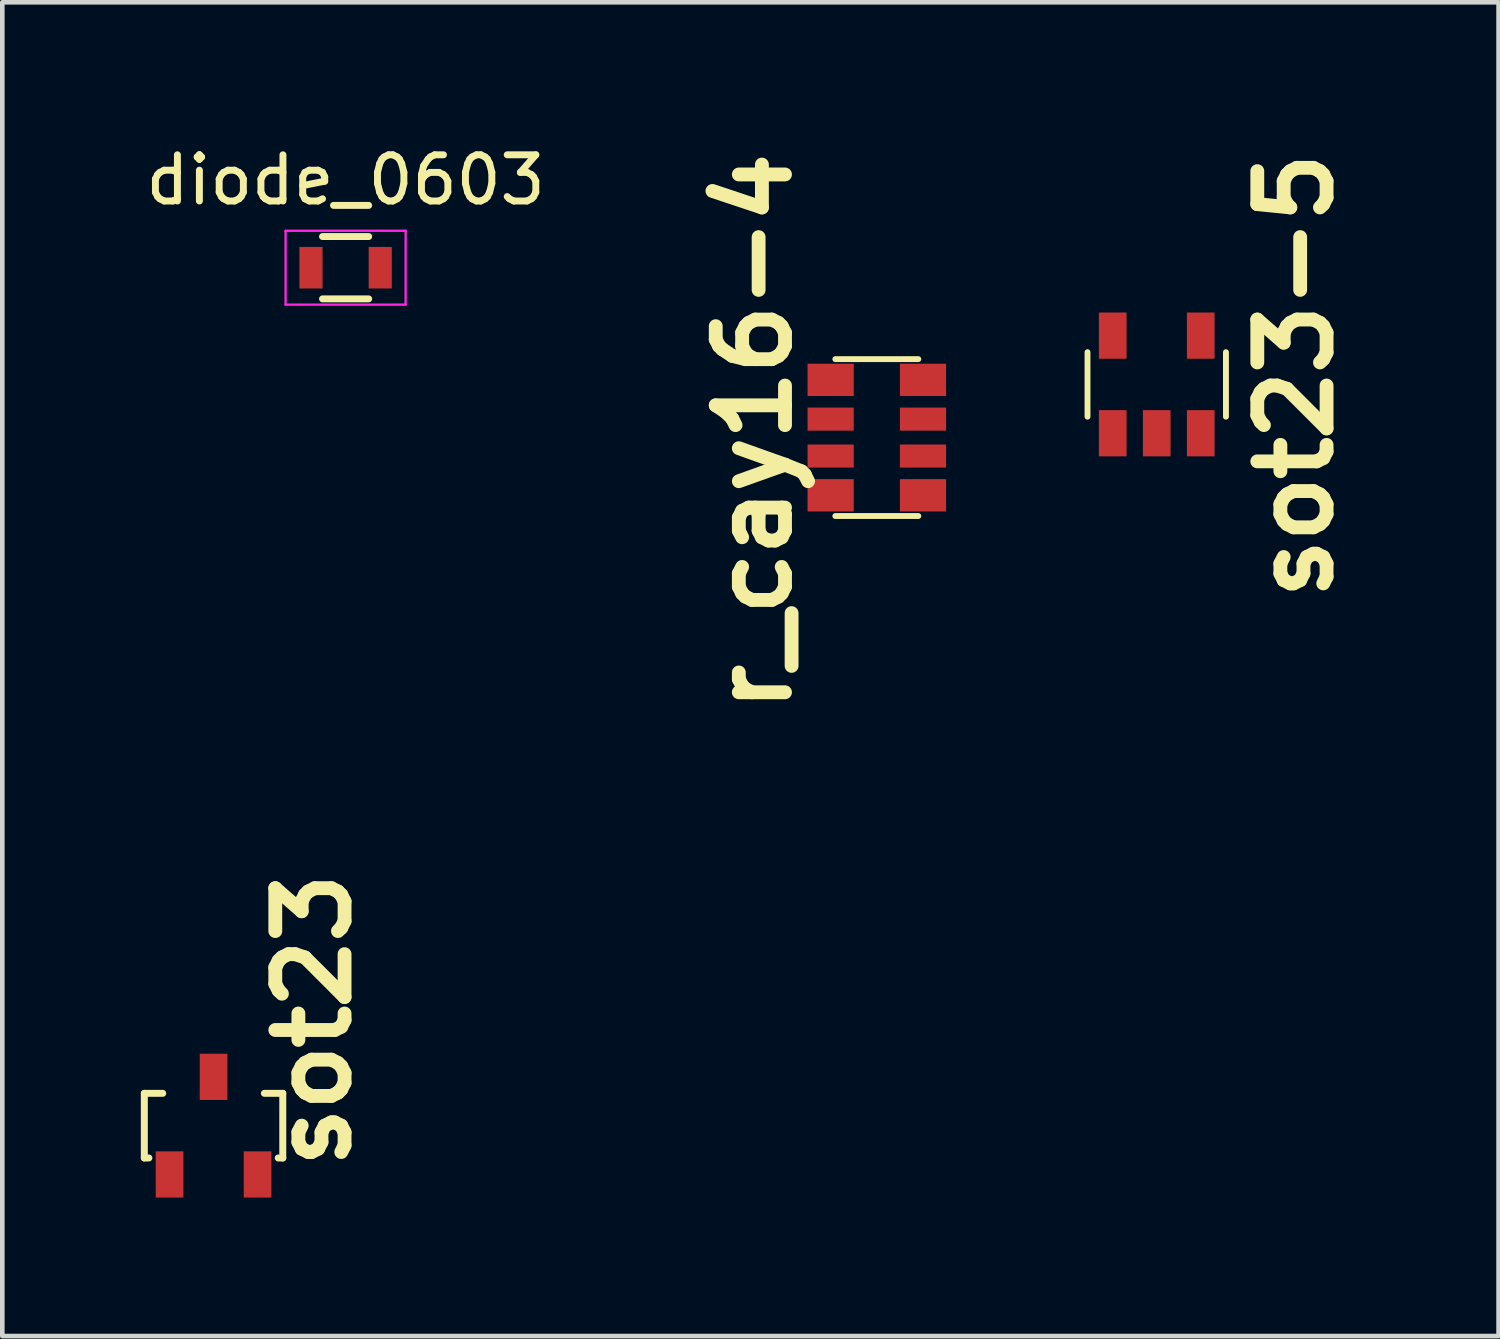
<source format=kicad_pcb>
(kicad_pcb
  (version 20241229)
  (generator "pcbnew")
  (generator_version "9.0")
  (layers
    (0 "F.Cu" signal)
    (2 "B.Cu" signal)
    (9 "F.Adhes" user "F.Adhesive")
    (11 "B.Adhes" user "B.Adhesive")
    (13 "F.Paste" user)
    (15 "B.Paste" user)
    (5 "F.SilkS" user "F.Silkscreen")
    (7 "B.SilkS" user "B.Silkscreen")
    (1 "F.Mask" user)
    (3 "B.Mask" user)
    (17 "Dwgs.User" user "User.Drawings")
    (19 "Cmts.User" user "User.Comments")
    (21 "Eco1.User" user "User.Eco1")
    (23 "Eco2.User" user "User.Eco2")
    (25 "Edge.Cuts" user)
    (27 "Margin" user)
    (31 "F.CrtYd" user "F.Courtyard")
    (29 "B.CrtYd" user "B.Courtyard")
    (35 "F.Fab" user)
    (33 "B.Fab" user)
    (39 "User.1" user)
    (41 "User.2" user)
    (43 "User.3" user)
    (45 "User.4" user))
  (footprint "r_cay16-4"
    (layer "F.Cu")
    (at 15.94 6.427)
    (property "Reference" "r_cay16-4" (at -2.667 -0.127 90) (layer "F.SilkS") (effects (font (size 1.5 1.5) (thickness 0.3))))
    (attr through_hole)
    (fp_line (start -0.899 -1.699) (end 0.899 -1.699) (stroke (width 0.127) (type solid)) (layer "F.SilkS"))
    (fp_line (start -0.899 1.699) (end 0.899 1.699) (stroke (width 0.127) (type solid)) (layer "F.SilkS"))
    (pad "1" smd rect (at 1 1.25) (size 1 0.7) (layers "F.Cu" "F.Mask" "F.Paste"))
    (pad "2" smd rect (at 1 0.4) (size 1 0.5) (layers "F.Cu" "F.Mask" "F.Paste"))
    (pad "3" smd rect (at 1 -0.4) (size 1 0.5) (layers "F.Cu" "F.Mask" "F.Paste"))
    (pad "4" smd rect (at 1 -1.25) (size 1 0.7) (layers "F.Cu" "F.Mask" "F.Paste"))
    (pad "5" smd rect (at -1 -1.25) (size 1 0.7) (layers "F.Cu" "F.Mask" "F.Paste"))
    (pad "6" smd rect (at -1 -0.4) (size 1 0.5) (layers "F.Cu" "F.Mask" "F.Paste"))
    (pad "7" smd rect (at -1 0.4) (size 1 0.5) (layers "F.Cu" "F.Mask" "F.Paste"))
    (pad "8" smd rect (at -1 1.25) (size 1 0.7) (layers "F.Cu" "F.Mask" "F.Paste")))
  (footprint "sot23"
    (layer "F.Cu")
    (at 1.575 21.329)
    (property "Reference" "sot23" (at 2.159 -2.286 90) (layer "F.SilkS") (effects (font (size 1.5 1.5) (thickness 0.3))))
    (attr through_hole)
    (fp_line (start -1.5 -0.7) (end -1.5 0.7) (stroke (width 0.15) (type solid)) (layer "F.SilkS"))
    (fp_line (start -1.5 -0.7) (end -1.1 -0.7) (stroke (width 0.15) (type solid)) (layer "F.SilkS"))
    (fp_line (start -1.5 0.7) (end -1.4 0.7) (stroke (width 0.15) (type solid)) (layer "F.SilkS"))
    (fp_line (start -1.499 0.699) (end -1.499 -0.699) (stroke (width 0.127) (type solid)) (layer "F.SilkS"))
    (fp_line (start 1.499 -0.699) (end 1.499 0.699) (stroke (width 0.127) (type solid)) (layer "F.SilkS"))
    (fp_line (start 1.5 -0.7) (end 1.1 -0.7) (stroke (width 0.15) (type solid)) (layer "F.SilkS"))
    (fp_line (start 1.5 -0.7) (end 1.5 0.7) (stroke (width 0.15) (type solid)) (layer "F.SilkS"))
    (fp_line (start 1.5 0.7) (end 1.4 0.7) (stroke (width 0.15) (type solid)) (layer "F.SilkS"))
    (pad "1" smd rect (at -0.953 1.057) (size 0.599 1.001) (layers "F.Cu" "F.Mask" "F.Paste"))
    (pad "2" smd rect (at 0.953 1.057) (size 0.599 1.001) (layers "F.Cu" "F.Mask" "F.Paste"))
    (pad "3" smd rect (at 0 -1.057) (size 0.599 1.001) (layers "F.Cu" "F.Mask" "F.Paste")))
  (footprint "sot23-5"
    (layer "F.Cu")
    (at 22.002 5.276)
    (property "Reference" "sot23-5" (at 3 -0.191 90) (layer "F.SilkS") (effects (font (size 1.5 1.5) (thickness 0.3))))
    (attr through_hole)
    (fp_line (start -1.499 0.699) (end -1.499 -0.699) (stroke (width 0.127) (type solid)) (layer "F.SilkS"))
    (fp_line (start 1.499 -0.699) (end 1.499 0.699) (stroke (width 0.127) (type solid)) (layer "F.SilkS"))
    (pad "1" smd rect (at -0.953 1.057) (size 0.599 1.001) (layers "F.Cu" "F.Mask" "F.Paste"))
    (pad "2" smd rect (at 0 1.057) (size 0.599 1.001) (layers "F.Cu" "F.Mask" "F.Paste"))
    (pad "3" smd rect (at 0.953 1.057) (size 0.599 1.001) (layers "F.Cu" "F.Mask" "F.Paste"))
    (pad "4" smd rect (at 0.953 -1.057) (size 0.599 1.001) (layers "F.Cu" "F.Mask" "F.Paste"))
    (pad "5" smd rect (at -0.953 -1.057) (size 0.599 1.001) (layers "F.Cu" "F.Mask" "F.Paste")))
  (footprint "diode_0603"
    (layer "F.Cu")
    (at 4.435 2.748)
    (property "Reference" "diode_0603" (at 0 -1.9 0) (layer "F.SilkS") (effects (font (size 1 1) (thickness 0.15))))
    (attr smd)
    (fp_line (start -0.5 -0.675) (end 0.5 -0.675) (stroke (width 0.15) (type solid)) (layer "F.SilkS"))
    (fp_line (start 0.5 0.675) (end -0.5 0.675) (stroke (width 0.15) (type solid)) (layer "F.SilkS"))
    (fp_line (start -1.3 -0.8) (end -1.3 0.8) (stroke (width 0.05) (type solid)) (layer "F.CrtYd"))
    (fp_line (start -1.3 -0.8) (end 1.3 -0.8) (stroke (width 0.05) (type solid)) (layer "F.CrtYd"))
    (fp_line (start -1.3 0.8) (end 1.3 0.8) (stroke (width 0.05) (type solid)) (layer "F.CrtYd"))
    (fp_line (start 1.3 -0.8) (end 1.3 0.8) (stroke (width 0.05) (type solid)) (layer "F.CrtYd"))
    (pad "1" smd rect (at -0.75 0) (size 0.5 0.9) (layers "F.Cu" "F.Mask" "F.Paste"))
    (pad "2" smd rect (at 0.75 0) (size 0.5 0.9) (layers "F.Cu" "F.Mask" "F.Paste")))
  (gr_rect
    (start -3 -3)
    (end 29.406 25.886)
    (stroke (width 0.1) (type default))
    (fill no)
    (layer "Edge.Cuts")))
</source>
